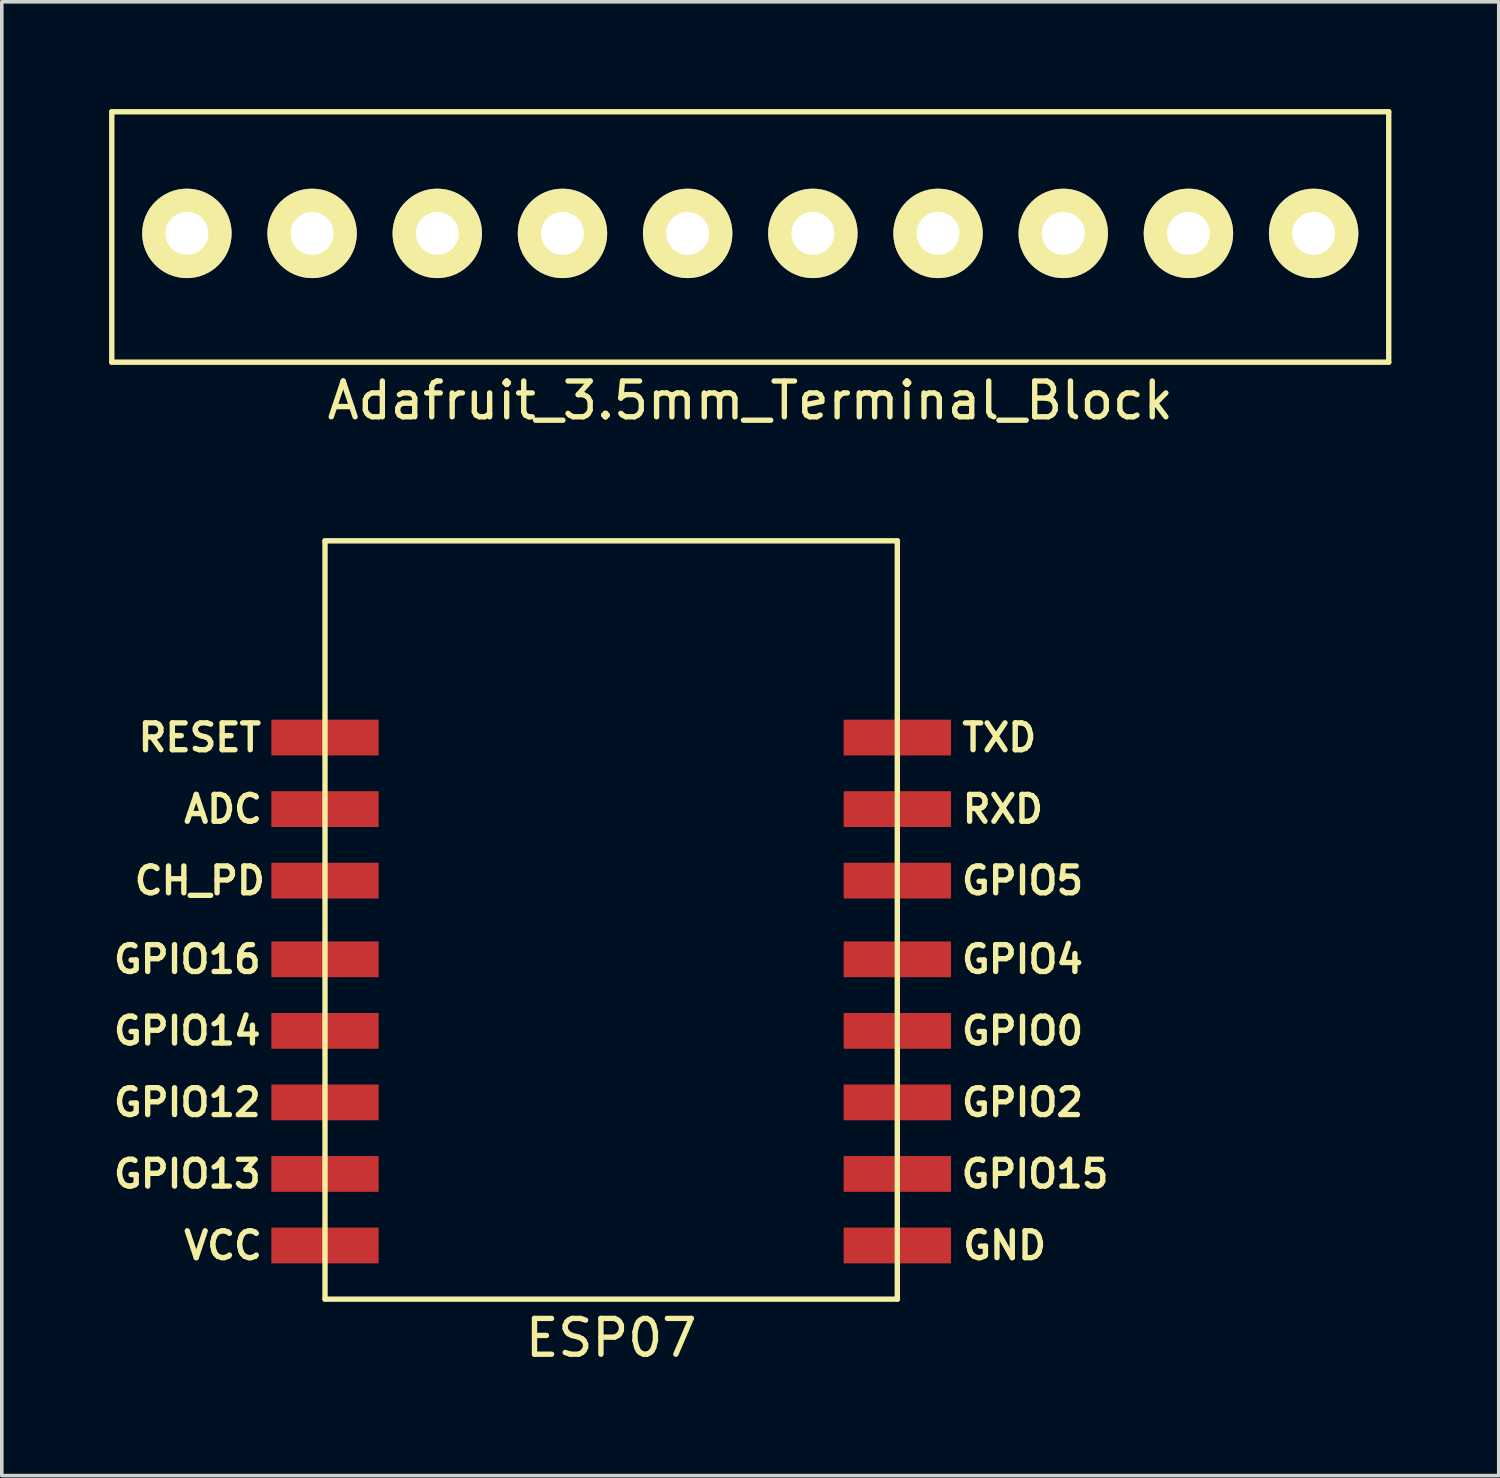
<source format=kicad_pcb>
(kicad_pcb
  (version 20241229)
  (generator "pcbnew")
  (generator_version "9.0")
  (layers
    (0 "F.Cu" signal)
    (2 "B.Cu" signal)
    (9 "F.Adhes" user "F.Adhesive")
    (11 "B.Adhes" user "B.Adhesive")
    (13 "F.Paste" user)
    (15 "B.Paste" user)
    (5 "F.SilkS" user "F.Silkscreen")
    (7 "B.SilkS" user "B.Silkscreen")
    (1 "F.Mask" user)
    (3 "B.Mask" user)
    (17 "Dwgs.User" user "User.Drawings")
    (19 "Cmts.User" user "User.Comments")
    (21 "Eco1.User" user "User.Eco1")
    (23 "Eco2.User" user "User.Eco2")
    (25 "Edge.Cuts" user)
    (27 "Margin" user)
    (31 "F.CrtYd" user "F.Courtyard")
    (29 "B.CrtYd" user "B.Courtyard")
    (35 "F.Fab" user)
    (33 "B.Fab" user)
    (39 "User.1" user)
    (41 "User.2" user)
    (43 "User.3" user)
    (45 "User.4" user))
  (footprint "ESP07"
    (layer "F.Cu")
    (at 14.036 22.67)
    (property "Reference" "ESP07" (at 0 11.684 0) (layer "F.SilkS") (effects (font (size 1 1) (thickness 0.15))))
    (attr through_hole)
    (fp_line (start -8 -10.6) (end 8 -10.6) (stroke (width 0.15) (type solid)) (layer "F.SilkS"))
    (fp_line (start -8 10.6) (end -8 -10.6) (stroke (width 0.15) (type solid)) (layer "F.SilkS"))
    (fp_line (start 8 -10.6) (end 8 10.6) (stroke (width 0.15) (type solid)) (layer "F.SilkS"))
    (fp_line (start 8 10.6) (end -8 10.6) (stroke (width 0.15) (type solid)) (layer "F.SilkS"))
    (fp_text user "CH_PD" (at -11.5 -1.1 0) (layer "F.SilkS") (effects (font (size 0.75 0.75) (thickness 0.15))))
    (fp_text user "TXD" (at 10.85 -5.1 0) (layer "F.SilkS") (effects (font (size 0.75 0.75) (thickness 0.15))))
    (fp_text user "GPIO0" (at 11.5 3.1 0) (layer "F.SilkS") (effects (font (size 0.75 0.75) (thickness 0.15))))
    (fp_text user "GPIO2" (at 11.5 5.1 0) (layer "F.SilkS") (effects (font (size 0.75 0.75) (thickness 0.15))))
    (fp_text user "GPIO14" (at -11.85 3.1 0) (layer "F.SilkS") (effects (font (size 0.75 0.75) (thickness 0.15))))
    (fp_text user "GPIO12" (at -11.85 5.1 0) (layer "F.SilkS") (effects (font (size 0.75 0.75) (thickness 0.15))))
    (fp_text user "RESET" (at -11.5 -5.1 0) (layer "F.SilkS") (effects (font (size 0.75 0.75) (thickness 0.15))))
    (fp_text user "VCC" (at -10.85 9.1 0) (layer "F.SilkS") (effects (font (size 0.75 0.75) (thickness 0.15))))
    (fp_text user "ADC" (at -10.85 -3.1 0) (layer "F.SilkS") (effects (font (size 0.75 0.75) (thickness 0.15))))
    (fp_text user "GPIO5" (at 11.5 -1.1 0) (layer "F.SilkS") (effects (font (size 0.75 0.75) (thickness 0.15))))
    (fp_text user "GPIO15" (at 11.85 7.1 0) (layer "F.SilkS") (effects (font (size 0.75 0.75) (thickness 0.15))))
    (fp_text user "GPIO16" (at -11.85 1.1 0) (layer "F.SilkS") (effects (font (size 0.75 0.75) (thickness 0.15))))
    (fp_text user "GPIO13" (at -11.85 7.1 0) (layer "F.SilkS") (effects (font (size 0.75 0.75) (thickness 0.15))))
    (fp_text user "RXD" (at 10.95 -3.1 0) (layer "F.SilkS") (effects (font (size 0.75 0.75) (thickness 0.15))))
    (fp_text user "GND" (at 11 9.1 0) (layer "F.SilkS") (effects (font (size 0.75 0.75) (thickness 0.15))))
    (fp_text user "GPIO4" (at 11.5 1.1 0) (layer "F.SilkS") (effects (font (size 0.75 0.75) (thickness 0.15))))
    (pad "1" smd rect (at 8 9.1) (size 3 1) (layers "F.Cu" "F.Mask" "F.Paste"))
    (pad "2" smd rect (at 8 7.1) (size 3 1) (layers "F.Cu" "F.Mask" "F.Paste"))
    (pad "3" smd rect (at 8 5.1) (size 3 1) (layers "F.Cu" "F.Mask" "F.Paste"))
    (pad "4" smd rect (at 8 3.1) (size 3 1) (layers "F.Cu" "F.Mask" "F.Paste"))
    (pad "5" smd rect (at 8 1.1) (size 3 1) (layers "F.Cu" "F.Mask" "F.Paste"))
    (pad "6" smd rect (at 8 -1.1) (size 3 1) (layers "F.Cu" "F.Mask" "F.Paste"))
    (pad "7" smd rect (at 8 -3.1) (size 3 1) (layers "F.Cu" "F.Mask" "F.Paste"))
    (pad "8" smd rect (at 8 -5.1) (size 3 1) (layers "F.Cu" "F.Mask" "F.Paste"))
    (pad "9" smd rect (at -8 -5.1) (size 3 1) (layers "F.Cu" "F.Mask" "F.Paste"))
    (pad "10" smd rect (at -8 -3.1) (size 3 1) (layers "F.Cu" "F.Mask" "F.Paste"))
    (pad "11" smd rect (at -8 -1.1) (size 3 1) (layers "F.Cu" "F.Mask" "F.Paste"))
    (pad "12" smd rect (at -8 1.1) (size 3 1) (layers "F.Cu" "F.Mask" "F.Paste"))
    (pad "13" smd rect (at -8 3.1) (size 3 1) (layers "F.Cu" "F.Mask" "F.Paste"))
    (pad "14" smd rect (at -8 5.1) (size 3 1) (layers "F.Cu" "F.Mask" "F.Paste"))
    (pad "15" smd rect (at -8 7.1) (size 3 1) (layers "F.Cu" "F.Mask" "F.Paste"))
    (pad "16" smd rect (at -8 9.1) (size 3 1) (layers "F.Cu" "F.Mask" "F.Paste")))
  (footprint "Adafruit_3.5mm_Terminal_Block"
    (layer "F.Cu")
    (at 17.925 3.575)
    (property "Reference" "Adafruit_3.5mm_Terminal_Block" (at 0 4.572 0) (layer "F.SilkS") (effects (font (size 1 1) (thickness 0.15))))
    (attr through_hole)
    (fp_line (start -17.85 -3.5) (end 17.85 -3.5) (stroke (width 0.15) (type solid)) (layer "F.SilkS"))
    (fp_line (start -17.85 3.5) (end -17.85 -3.5) (stroke (width 0.15) (type solid)) (layer "F.SilkS"))
    (fp_line (start 17.85 -3.5) (end 17.85 3.5) (stroke (width 0.15) (type solid)) (layer "F.SilkS"))
    (fp_line (start 17.85 3.5) (end -17.85 3.5) (stroke (width 0.15) (type solid)) (layer "F.SilkS"))
    (pad "1" thru_hole circle (at -15.75 -0.1) (size 2.5 2.5) (drill 1.2) (layers "*.Cu" "*.Mask" "F.SilkS"))
    (pad "2" thru_hole circle (at -12.25 -0.1) (size 2.5 2.5) (drill 1.2) (layers "*.Cu" "*.Mask" "F.SilkS"))
    (pad "3" thru_hole circle (at -8.75 -0.1) (size 2.5 2.5) (drill 1.2) (layers "*.Cu" "*.Mask" "F.SilkS"))
    (pad "4" thru_hole circle (at -5.25 -0.1) (size 2.5 2.5) (drill 1.2) (layers "*.Cu" "*.Mask" "F.SilkS"))
    (pad "5" thru_hole circle (at -1.75 -0.1) (size 2.5 2.5) (drill 1.2) (layers "*.Cu" "*.Mask" "F.SilkS"))
    (pad "6" thru_hole circle (at 1.75 -0.1) (size 2.5 2.5) (drill 1.2) (layers "*.Cu" "*.Mask" "F.SilkS"))
    (pad "7" thru_hole circle (at 5.25 -0.1) (size 2.5 2.5) (drill 1.2) (layers "*.Cu" "*.Mask" "F.SilkS"))
    (pad "8" thru_hole circle (at 8.75 -0.1) (size 2.5 2.5) (drill 1.2) (layers "*.Cu" "*.Mask" "F.SilkS"))
    (pad "9" thru_hole circle (at 12.25 -0.1) (size 2.5 2.5) (drill 1.2) (layers "*.Cu" "*.Mask" "F.SilkS"))
    (pad "10" thru_hole circle (at 15.75 -0.1) (size 2.5 2.5) (drill 1.2) (layers "*.Cu" "*.Mask" "F.SilkS")))
  (gr_rect
    (start -3 -3)
    (end 38.85 38.203)
    (stroke (width 0.1) (type default))
    (fill no)
    (layer "Edge.Cuts")))
</source>
